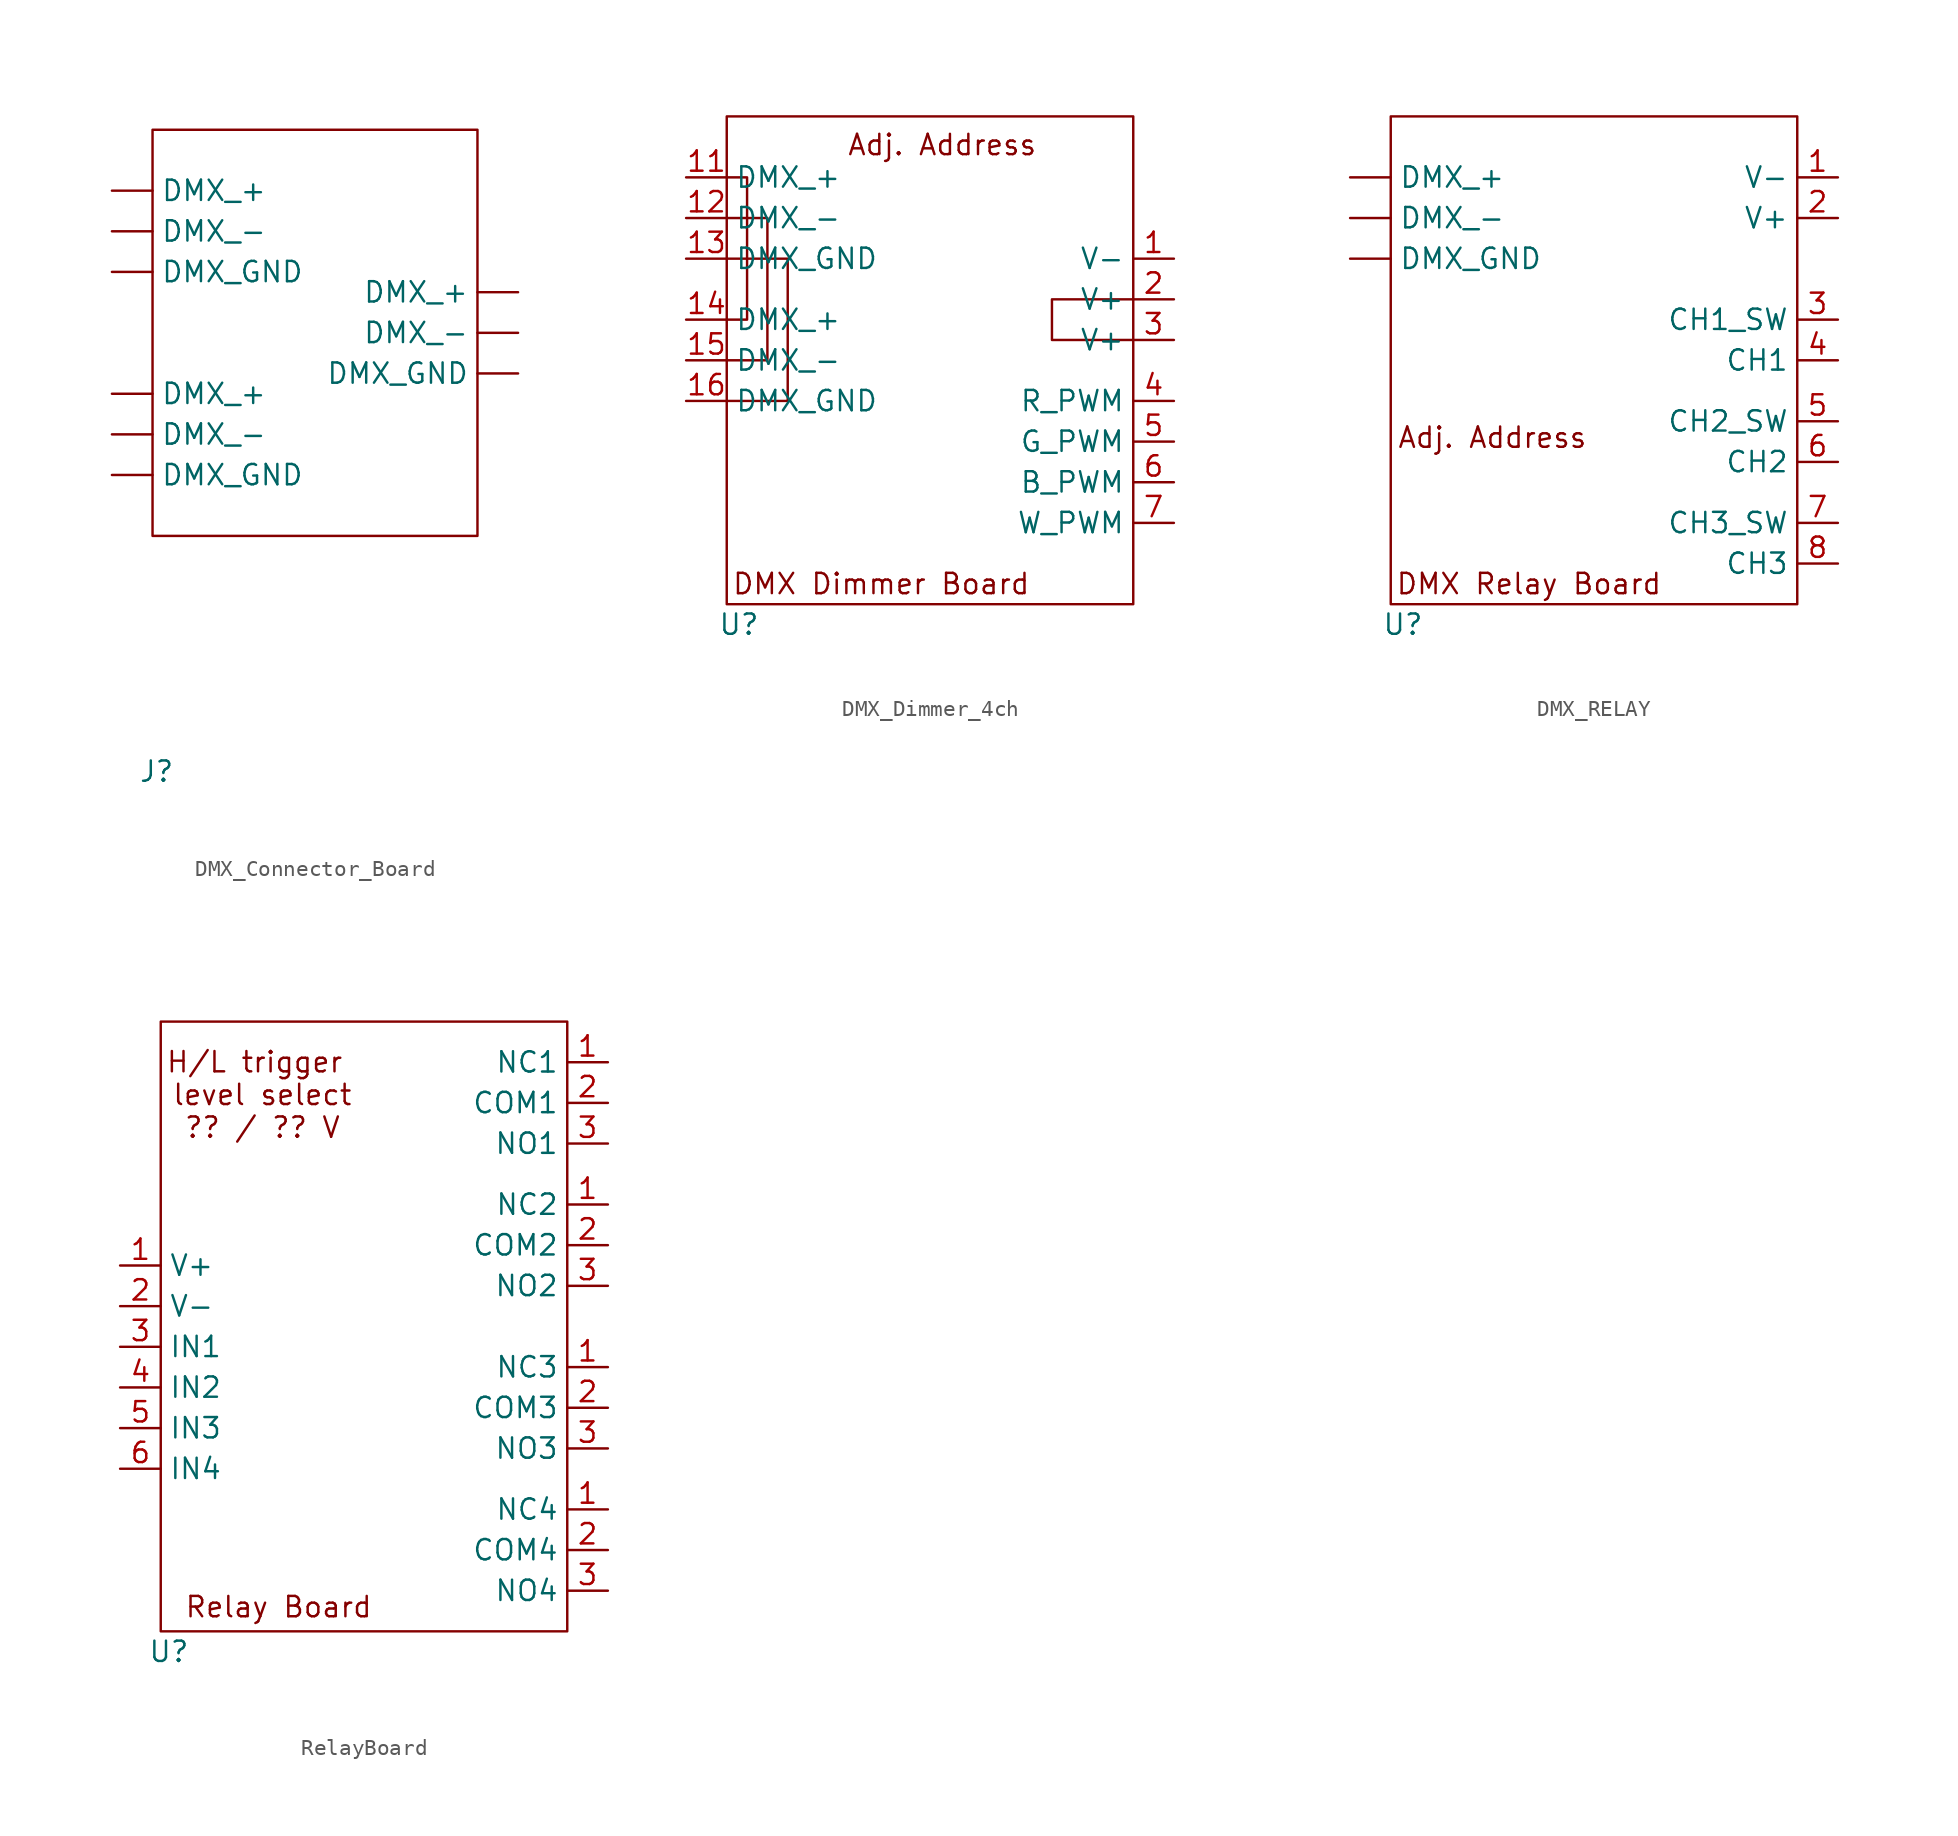
<source format=kicad_sym>
(kicad_symbol_lib
  (version 20231120)
  (generator "kicad_symbol_editor")
  (generator_version "8.0")
  (symbol "DMX_Connector_Board"
    (property "Reference" "J"
      (at -7.366 -27.432 0)
      (effects (font (size 1.27 1.27))))
    (property "Value" ""
      (at 0 0 0)
      (effects (font (size 1.27 1.27))))
    (symbol "DMX_Connector_Board_0_1"
      (rectangle (start -7.62 12.7) (end 12.7 -12.7) (stroke (width 0) (type default)) (fill (type none))))
    (symbol "DMX_Connector_Board_1_1"
      (pin passive line (at -10.16 -3.81 0) (length 2.54) (name "DMX_+" (effects (font (size 1.27 1.27)))) (number "" (effects (font (size 1.27 1.27)))))
      (pin passive line (at -10.16 8.89 0) (length 2.54) (name "DMX_+" (effects (font (size 1.27 1.27)))) (number "" (effects (font (size 1.27 1.27)))))
      (pin passive line (at 15.24 2.54 180) (length 2.54) (name "DMX_+" (effects (font (size 1.27 1.27)))) (number "" (effects (font (size 1.27 1.27)))))
      (pin passive line (at -10.16 -6.35 0) (length 2.54) (name "DMX_-" (effects (font (size 1.27 1.27)))) (number "" (effects (font (size 1.27 1.27)))))
      (pin passive line (at -10.16 6.35 0) (length 2.54) (name "DMX_-" (effects (font (size 1.27 1.27)))) (number "" (effects (font (size 1.27 1.27)))))
      (pin passive line (at 15.24 0 180) (length 2.54) (name "DMX_-" (effects (font (size 1.27 1.27)))) (number "" (effects (font (size 1.27 1.27)))))
      (pin passive line (at -10.16 -8.89 0) (length 2.54) (name "DMX_GND" (effects (font (size 1.27 1.27)))) (number "" (effects (font (size 1.27 1.27)))))
      (pin passive line (at -10.16 3.81 0) (length 2.54) (name "DMX_GND" (effects (font (size 1.27 1.27)))) (number "" (effects (font (size 1.27 1.27)))))
      (pin passive line (at 15.24 -2.54 180) (length 2.54) (name "DMX_GND" (effects (font (size 1.27 1.27)))) (number "" (effects (font (size 1.27 1.27)))))))
  (symbol "DMX_Dimmer_4ch"
    (property "Reference" "U"
      (at -11.938 -16.51 0)
      (effects (font (size 1.27 1.27))))
    (property "Value" ""
      (at -10.16 8.89 0)
      (effects (font (size 1.27 1.27))))
    (symbol "DMX_Dimmer_4ch_0_1"
      (rectangle (start -12.7 15.24) (end 12.7 -15.24) (stroke (width 0) (type default)) (fill (type none)))
      (polyline (pts (xy -12.7 0) (xy -10.16 0) (xy -10.16 8.89) (xy -12.7 8.89)) (stroke (width 0) (type default)) (fill (type none)))
      (polyline (pts (xy -12.7 6.35) (xy -8.89 6.35) (xy -8.89 -2.54) (xy -12.7 -2.54)) (stroke (width 0) (type default)) (fill (type none)))
      (polyline (pts (xy -12.7 11.43) (xy -11.43 11.43) (xy -11.43 2.54) (xy -12.7 2.54)) (stroke (width 0) (type default)) (fill (type none)))
      (polyline (pts (xy 12.7 3.81) (xy 7.62 3.81) (xy 7.62 1.27) (xy 12.7 1.27)) (stroke (width 0) (type default)) (fill (type none))))
    (symbol "DMX_Dimmer_4ch_1_1"
      (text "Adj. Address" (at 0.762 13.462 0) (effects (font (size 1.27 1.27))))
      (text "DMX Dimmer Board" (at -3.048 -13.97 0) (effects (font (size 1.27 1.27))))
      (pin power_in line (at 15.24 6.35 180) (length 2.54) (name "V-" (effects (font (size 1.27 1.27)))) (number "1" (effects (font (size 1.27 1.27)))))
      (pin input line (at -15.24 11.43 0) (length 2.54) (name "DMX_+" (effects (font (size 1.27 1.27)))) (number "11" (effects (font (size 1.27 1.27)))))
      (pin input line (at -15.24 8.89 0) (length 2.54) (name "DMX_-" (effects (font (size 1.27 1.27)))) (number "12" (effects (font (size 1.27 1.27)))))
      (pin input line (at -15.24 6.35 0) (length 2.54) (name "DMX_GND" (effects (font (size 1.27 1.27)))) (number "13" (effects (font (size 1.27 1.27)))))
      (pin input line (at -15.24 2.54 0) (length 2.54) (name "DMX_+" (effects (font (size 1.27 1.27)))) (number "14" (effects (font (size 1.27 1.27)))))
      (pin input line (at -15.24 0 0) (length 2.54) (name "DMX_-" (effects (font (size 1.27 1.27)))) (number "15" (effects (font (size 1.27 1.27)))))
      (pin input line (at -15.24 -2.54 0) (length 2.54) (name "DMX_GND" (effects (font (size 1.27 1.27)))) (number "16" (effects (font (size 1.27 1.27)))))
      (pin power_in line (at 15.24 3.81 180) (length 2.54) (name "V+" (effects (font (size 1.27 1.27)))) (number "2" (effects (font (size 1.27 1.27)))))
      (pin power_in line (at 15.24 1.27 180) (length 2.54) (name "V+" (effects (font (size 1.27 1.27)))) (number "3" (effects (font (size 1.27 1.27)))))
      (pin output line (at 15.24 -2.54 180) (length 2.54) (name "R_PWM" (effects (font (size 1.27 1.27)))) (number "4" (effects (font (size 1.27 1.27)))))
      (pin output line (at 15.24 -5.08 180) (length 2.54) (name "G_PWM" (effects (font (size 1.27 1.27)))) (number "5" (effects (font (size 1.27 1.27)))))
      (pin output line (at 15.24 -7.62 180) (length 2.54) (name "B_PWM" (effects (font (size 1.27 1.27)))) (number "6" (effects (font (size 1.27 1.27)))))
      (pin output line (at 15.24 -10.16 180) (length 2.54) (name "W_PWM" (effects (font (size 1.27 1.27)))) (number "7" (effects (font (size 1.27 1.27)))))))
  (symbol "DMX_RELAY"
    (property "Reference" "U"
      (at -11.938 -16.51 0)
      (effects (font (size 1.27 1.27))))
    (property "Value" ""
      (at -10.16 8.89 0)
      (effects (font (size 1.27 1.27))))
    (symbol "DMX_RELAY_0_1"
      (rectangle (start -12.7 15.24) (end 12.7 -15.24) (stroke (width 0) (type default)) (fill (type none))))
    (symbol "DMX_RELAY_1_1"
      (text "Adj. Address" (at -6.35 -4.826 0) (effects (font (size 1.27 1.27))))
      (text "DMX Relay Board" (at -4.064 -13.97 0) (effects (font (size 1.27 1.27))))
      (pin input line (at -15.24 11.43 0) (length 2.54) (name "DMX_+" (effects (font (size 1.27 1.27)))) (number "" (effects (font (size 1.27 1.27)))))
      (pin input line (at -15.24 8.89 0) (length 2.54) (name "DMX_-" (effects (font (size 1.27 1.27)))) (number "" (effects (font (size 1.27 1.27)))))
      (pin input line (at -15.24 6.35 0) (length 2.54) (name "DMX_GND" (effects (font (size 1.27 1.27)))) (number "" (effects (font (size 1.27 1.27)))))
      (pin power_in line (at 15.24 11.43 180) (length 2.54) (name "V-" (effects (font (size 1.27 1.27)))) (number "1" (effects (font (size 1.27 1.27)))))
      (pin power_in line (at 15.24 8.89 180) (length 2.54) (name "V+" (effects (font (size 1.27 1.27)))) (number "2" (effects (font (size 1.27 1.27)))))
      (pin output line (at 15.24 2.54 180) (length 2.54) (name "CH1_SW" (effects (font (size 1.27 1.27)))) (number "3" (effects (font (size 1.27 1.27)))))
      (pin input line (at 15.24 0 180) (length 2.54) (name "CH1" (effects (font (size 1.27 1.27)))) (number "4" (effects (font (size 1.27 1.27)))))
      (pin output line (at 15.24 -3.81 180) (length 2.54) (name "CH2_SW" (effects (font (size 1.27 1.27)))) (number "5" (effects (font (size 1.27 1.27)))))
      (pin input line (at 15.24 -6.35 180) (length 2.54) (name "CH2" (effects (font (size 1.27 1.27)))) (number "6" (effects (font (size 1.27 1.27)))))
      (pin output line (at 15.24 -10.16 180) (length 2.54) (name "CH3_SW" (effects (font (size 1.27 1.27)))) (number "7" (effects (font (size 1.27 1.27)))))
      (pin input line (at 15.24 -12.7 180) (length 2.54) (name "CH3" (effects (font (size 1.27 1.27)))) (number "8" (effects (font (size 1.27 1.27)))))))
  (symbol "RelayBoard"
    (property "Reference" "U"
      (at -12.192 -20.32 0)
      (effects (font (size 1.27 1.27))))
    (property "Value" ""
      (at -10.16 -3.81 0)
      (effects (font (size 1.27 1.27))))
    (symbol "RelayBoard_0_1"
      (rectangle (start -12.7 19.05) (end 12.7 -19.05) (stroke (width 0) (type default)) (fill (type none))))
    (symbol "RelayBoard_1_1"
      (text "H/L trigger \nlevel select\n?? / ?? V" (at -6.35 14.478 0) (effects (font (size 1.27 1.27))))
      (text "Relay Board" (at -5.334 -17.526 0) (effects (font (size 1.27 1.27))))
      (pin output line (at 15.24 16.51 180) (length 2.54) (name "NC1" (effects (font (size 1.27 1.27)))) (number "1" (effects (font (size 1.27 1.27)))))
      (pin output line (at 15.24 7.62 180) (length 2.54) (name "NC2" (effects (font (size 1.27 1.27)))) (number "1" (effects (font (size 1.27 1.27)))))
      (pin output line (at 15.24 -2.54 180) (length 2.54) (name "NC3" (effects (font (size 1.27 1.27)))) (number "1" (effects (font (size 1.27 1.27)))))
      (pin output line (at 15.24 -11.43 180) (length 2.54) (name "NC4" (effects (font (size 1.27 1.27)))) (number "1" (effects (font (size 1.27 1.27)))))
      (pin power_in line (at -15.24 3.81 0) (length 2.54) (name "V+" (effects (font (size 1.27 1.27)))) (number "1" (effects (font (size 1.27 1.27)))))
      (pin input line (at 15.24 13.97 180) (length 2.54) (name "COM1" (effects (font (size 1.27 1.27)))) (number "2" (effects (font (size 1.27 1.27)))))
      (pin input line (at 15.24 5.08 180) (length 2.54) (name "COM2" (effects (font (size 1.27 1.27)))) (number "2" (effects (font (size 1.27 1.27)))))
      (pin input line (at 15.24 -5.08 180) (length 2.54) (name "COM3" (effects (font (size 1.27 1.27)))) (number "2" (effects (font (size 1.27 1.27)))))
      (pin input line (at 15.24 -13.97 180) (length 2.54) (name "COM4" (effects (font (size 1.27 1.27)))) (number "2" (effects (font (size 1.27 1.27)))))
      (pin power_in line (at -15.24 1.27 0) (length 2.54) (name "V-" (effects (font (size 1.27 1.27)))) (number "2" (effects (font (size 1.27 1.27)))))
      (pin input line (at -15.24 -1.27 0) (length 2.54) (name "IN1" (effects (font (size 1.27 1.27)))) (number "3" (effects (font (size 1.27 1.27)))))
      (pin output line (at 15.24 11.43 180) (length 2.54) (name "NO1" (effects (font (size 1.27 1.27)))) (number "3" (effects (font (size 1.27 1.27)))))
      (pin output line (at 15.24 2.54 180) (length 2.54) (name "NO2" (effects (font (size 1.27 1.27)))) (number "3" (effects (font (size 1.27 1.27)))))
      (pin output line (at 15.24 -7.62 180) (length 2.54) (name "NO3" (effects (font (size 1.27 1.27)))) (number "3" (effects (font (size 1.27 1.27)))))
      (pin output line (at 15.24 -16.51 180) (length 2.54) (name "NO4" (effects (font (size 1.27 1.27)))) (number "3" (effects (font (size 1.27 1.27)))))
      (pin input line (at -15.24 -3.81 0) (length 2.54) (name "IN2" (effects (font (size 1.27 1.27)))) (number "4" (effects (font (size 1.27 1.27)))))
      (pin input line (at -15.24 -6.35 0) (length 2.54) (name "IN3" (effects (font (size 1.27 1.27)))) (number "5" (effects (font (size 1.27 1.27)))))
      (pin input line (at -15.24 -8.89 0) (length 2.54) (name "IN4" (effects (font (size 1.27 1.27)))) (number "6" (effects (font (size 1.27 1.27))))))))
</source>
